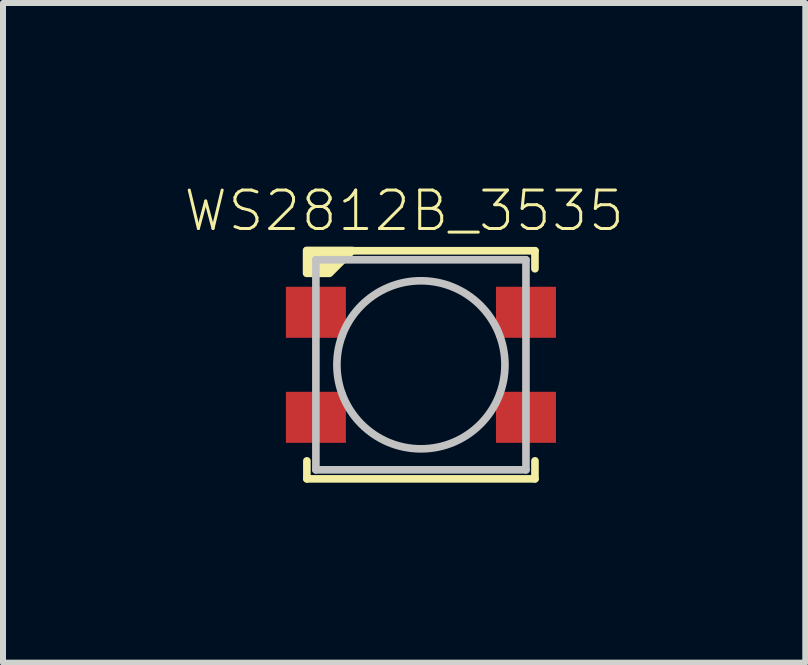
<source format=kicad_pcb>
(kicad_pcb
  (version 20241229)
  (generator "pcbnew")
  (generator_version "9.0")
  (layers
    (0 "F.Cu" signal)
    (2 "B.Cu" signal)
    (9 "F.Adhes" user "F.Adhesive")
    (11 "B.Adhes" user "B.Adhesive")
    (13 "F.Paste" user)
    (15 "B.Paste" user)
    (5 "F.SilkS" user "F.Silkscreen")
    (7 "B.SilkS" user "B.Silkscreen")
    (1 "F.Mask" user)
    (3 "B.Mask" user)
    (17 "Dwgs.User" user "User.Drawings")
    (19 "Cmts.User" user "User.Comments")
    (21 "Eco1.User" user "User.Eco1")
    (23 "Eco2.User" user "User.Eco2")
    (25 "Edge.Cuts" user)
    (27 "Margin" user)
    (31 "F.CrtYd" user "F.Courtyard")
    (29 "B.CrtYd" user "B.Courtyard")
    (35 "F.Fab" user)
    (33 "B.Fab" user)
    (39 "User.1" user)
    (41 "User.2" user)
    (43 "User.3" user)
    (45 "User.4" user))
  (footprint "WS2812B_3535"
    (layer "F.Cu")
    (at 3.963 3.028)
    (property "Reference" "WS2812B_3535" (at -0.279 -2.565 0) (layer "F.SilkS") (effects (font (size 0.64 0.64) (thickness 0.05))))
    (attr smd)
    (fp_line (start -1.9 -1.9) (end 1.9 -1.9) (stroke (width 0.127) (type solid)) (layer "F.SilkS"))
    (fp_line (start -1.9 -1.6) (end -1.9 -1.9) (stroke (width 0.127) (type solid)) (layer "F.SilkS"))
    (fp_line (start -1.9 1.6) (end -1.9 1.9) (stroke (width 0.127) (type solid)) (layer "F.SilkS"))
    (fp_line (start -1.9 1.9) (end 1.9 1.9) (stroke (width 0.127) (type solid)) (layer "F.SilkS"))
    (fp_line (start 1.9 -1.9) (end 1.9 -1.6) (stroke (width 0.127) (type solid)) (layer "F.SilkS"))
    (fp_line (start 1.9 1.9) (end 1.9 1.6) (stroke (width 0.127) (type solid)) (layer "F.SilkS"))
    (fp_poly (pts (xy -1.905 -1.905) (xy -1.905 -1.524) (xy -1.524 -1.524) (xy -1.143 -1.905)) (stroke (width 0.127) (type solid)) (fill yes) (layer "F.SilkS"))
    (fp_line (start -1.75 -1.75) (end 1.75 -1.75) (stroke (width 0.127) (type solid)) (layer "Dwgs.User"))
    (fp_line (start -1.75 1.75) (end -1.75 -1.75) (stroke (width 0.127) (type solid)) (layer "Dwgs.User"))
    (fp_line (start 1.75 -1.75) (end 1.75 1.75) (stroke (width 0.127) (type solid)) (layer "Dwgs.User"))
    (fp_line (start 1.75 1.75) (end -1.75 1.75) (stroke (width 0.127) (type solid)) (layer "Dwgs.User"))
    (fp_circle (center 0 0) (end 1.4 0) (stroke (width 0.127) (type solid)) (fill no) (layer "Dwgs.User"))
    (pad "1" smd rect (at -1.75 -0.875 90) (size 0.85 1) (layers "F.Cu" "F.Mask" "F.Paste"))
    (pad "2" smd rect (at -1.75 0.875 90) (size 0.85 1) (layers "F.Cu" "F.Mask" "F.Paste"))
    (pad "3" smd rect (at 1.75 0.875 90) (size 0.85 1) (layers "F.Cu" "F.Mask" "F.Paste"))
    (pad "4" smd rect (at 1.75 -0.875 90) (size 0.85 1) (layers "F.Cu" "F.Mask" "F.Paste")))
  (gr_rect
    (start -3 -3)
    (end 10.367 7.991)
    (stroke (width 0.1) (type default))
    (fill no)
    (layer "Edge.Cuts")))
</source>
